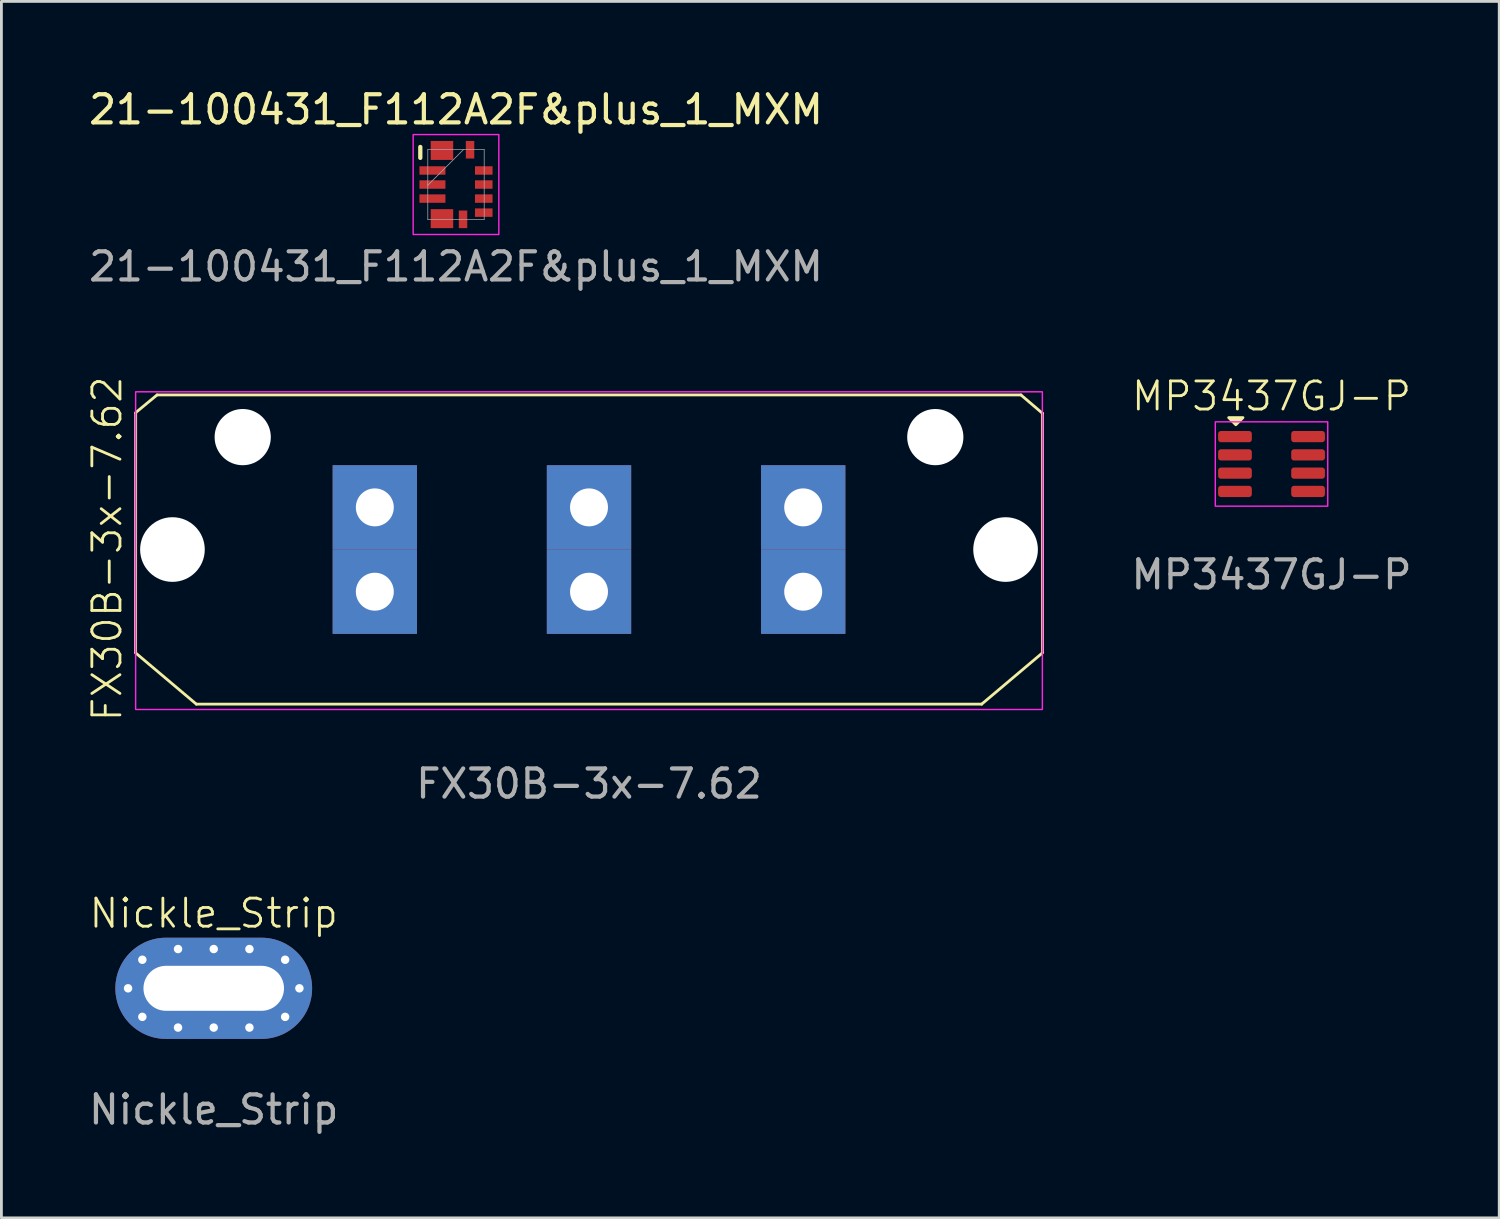
<source format=kicad_pcb>
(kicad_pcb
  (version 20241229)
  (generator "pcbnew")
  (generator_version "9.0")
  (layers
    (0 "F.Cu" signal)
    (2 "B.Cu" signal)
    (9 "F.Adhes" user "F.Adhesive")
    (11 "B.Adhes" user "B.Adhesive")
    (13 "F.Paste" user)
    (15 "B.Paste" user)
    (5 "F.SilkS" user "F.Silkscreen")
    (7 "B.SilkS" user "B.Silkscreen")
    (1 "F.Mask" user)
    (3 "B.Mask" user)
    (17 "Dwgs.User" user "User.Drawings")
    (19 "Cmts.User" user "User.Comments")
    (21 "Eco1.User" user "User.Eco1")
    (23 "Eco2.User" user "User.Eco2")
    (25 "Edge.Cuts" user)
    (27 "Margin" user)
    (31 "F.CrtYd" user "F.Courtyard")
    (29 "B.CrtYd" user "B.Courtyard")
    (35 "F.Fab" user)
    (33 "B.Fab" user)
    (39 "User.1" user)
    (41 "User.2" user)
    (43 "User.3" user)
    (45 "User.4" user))
  (footprint "MP3437GJ-P"
    (layer "F.Cu")
    (at 42.187 13.458)
    (property "Reference" "MP3437GJ-P" (at 0 -2.413 0) (unlocked yes) (layer "F.SilkS") (effects (font (size 1 1) (thickness 0.1))))
    (attr smd)
    (fp_poly (pts (xy -1.27 -1.397) (xy -1.524 -1.651) (xy -1.016 -1.651)) (stroke (width 0.1) (type solid)) (fill yes) (layer "F.SilkS"))
    (fp_rect (start -2 -1.5) (end 2 1.5) (stroke (width 0.05) (type solid)) (fill no) (layer "F.CrtYd"))
    (fp_text user "${REFERENCE}" (at 0 3.937 0) (unlocked yes) (layer "F.Fab") (effects (font (size 1 1) (thickness 0.15))))
    (pad "1" smd roundrect (at -1.3 -0.975) (size 1.2 0.4) (layers "F.Cu" "F.Mask" "F.Paste") (roundrect_rratio 0.25))
    (pad "2" smd roundrect (at -1.3 -0.325) (size 1.2 0.4) (layers "F.Cu" "F.Mask" "F.Paste") (roundrect_rratio 0.25))
    (pad "3" smd roundrect (at -1.3 0.325) (size 1.2 0.4) (layers "F.Cu" "F.Mask" "F.Paste") (roundrect_rratio 0.25))
    (pad "4" smd roundrect (at -1.3 0.975) (size 1.2 0.4) (layers "F.Cu" "F.Mask" "F.Paste") (roundrect_rratio 0.25))
    (pad "5" smd roundrect (at 1.3 0.975) (size 1.2 0.4) (layers "F.Cu" "F.Mask" "F.Paste") (roundrect_rratio 0.25))
    (pad "6" smd roundrect (at 1.3 0.325) (size 1.2 0.4) (layers "F.Cu" "F.Mask" "F.Paste") (roundrect_rratio 0.25))
    (pad "7" smd roundrect (at 1.3 -0.325) (size 1.2 0.4) (layers "F.Cu" "F.Mask" "F.Paste") (roundrect_rratio 0.25))
    (pad "8" smd roundrect (at 1.3 -0.975) (size 1.2 0.4) (layers "F.Cu" "F.Mask" "F.Paste") (roundrect_rratio 0.25)))
  (footprint "21-100431_F112A2F&plus_1_MXM"
    (layer "F.Cu")
    (at 13.173 3.515)
    (property "Reference" "21-100431_F112A2F&plus_1_MXM" (at 0 -2.667 0) (unlocked yes) (layer "F.SilkS") (effects (font (size 1 1) (thickness 0.15))))
    (attr smd)
    (fp_line (start -1.27 -1.337) (end -1.27 -0.949) (stroke (width 0.152) (type solid)) (layer "F.SilkS"))
    (fp_rect (start -1.524 -1.778) (end 1.524 1.778) (stroke (width 0.05) (type default)) (fill no) (layer "F.CrtYd"))
    (fp_line (start -1.003 -1.245) (end -1.003 1.245) (stroke (width 0.025) (type solid)) (layer "F.Fab"))
    (fp_line (start -1.003 0.025) (end 0.267 -1.245) (stroke (width 0.025) (type solid)) (layer "F.Fab"))
    (fp_line (start -1.003 1.245) (end 1.003 1.245) (stroke (width 0.025) (type solid)) (layer "F.Fab"))
    (fp_line (start 1.003 -1.245) (end -1.003 -1.245) (stroke (width 0.025) (type solid)) (layer "F.Fab"))
    (fp_line (start 1.003 1.245) (end 1.003 -1.245) (stroke (width 0.025) (type solid)) (layer "F.Fab"))
    (fp_text user "${REFERENCE}" (at 0 2.921 0) (unlocked yes) (layer "F.Fab") (effects (font (size 1 1) (thickness 0.15))))
    (pad "1" smd rect (at -0.838 -0.5) (size 0.925 0.3) (layers "F.Cu" "F.Mask" "F.Paste"))
    (pad "2" smd rect (at -0.838 0) (size 0.925 0.3) (layers "F.Cu" "F.Mask" "F.Paste"))
    (pad "3" smd rect (at -0.838 0.5) (size 0.925 0.3) (layers "F.Cu" "F.Mask" "F.Paste"))
    (pad "4" smd rect (at -0.5 1.213 90) (size 0.675 0.8) (layers "F.Cu" "F.Mask" "F.Paste"))
    (pad "5" smd rect (at 0.25 1.238 90) (size 0.625 0.3) (layers "F.Cu" "F.Mask" "F.Paste"))
    (pad "6" smd rect (at 0.988 1) (size 0.625 0.3) (layers "F.Cu" "F.Mask" "F.Paste"))
    (pad "7" smd rect (at 0.988 0.5) (size 0.625 0.3) (layers "F.Cu" "F.Mask" "F.Paste"))
    (pad "8" smd rect (at 0.988 0) (size 0.625 0.3) (layers "F.Cu" "F.Mask" "F.Paste"))
    (pad "9" smd rect (at 0.988 -0.5) (size 0.625 0.3) (layers "F.Cu" "F.Mask" "F.Paste"))
    (pad "10" smd rect (at 0.5 -1.238 90) (size 0.625 0.3) (layers "F.Cu" "F.Mask" "F.Paste"))
    (pad "11" smd rect (at -0.5 -1.213 90) (size 0.675 0.8) (layers "F.Cu" "F.Mask" "F.Paste")))
  (footprint "FX30B-3x-7.62"
    (layer "F.Cu")
    (at 17.905 16.477)
    (property "Reference" "FX30B-3x-7.62" (at -17.145 0 90) (unlocked yes) (layer "F.SilkS") (effects (font (size 1 1) (thickness 0.1))))
    (attr smd)
    (fp_line (start -16.128 -4.826) (end -16.13 3.683) (stroke (width 0.1) (type default)) (layer "F.SilkS"))
    (fp_line (start -15.367 -5.476) (end -16.128 -4.848) (stroke (width 0.1) (type default)) (layer "F.SilkS"))
    (fp_line (start -13.97 5.524) (end -16.13 3.702) (stroke (width 0.1) (type default)) (layer "F.SilkS"))
    (fp_line (start -13.97 5.524) (end 13.97 5.524) (stroke (width 0.1) (type default)) (layer "F.SilkS"))
    (fp_line (start 13.97 5.524) (end 16.13 3.702) (stroke (width 0.1) (type default)) (layer "F.SilkS"))
    (fp_line (start 15.367 -5.476) (end -15.367 -5.476) (stroke (width 0.1) (type default)) (layer "F.SilkS"))
    (fp_line (start 15.367 -5.476) (end 16.129 -4.826) (stroke (width 0.1) (type default)) (layer "F.SilkS"))
    (fp_line (start 16.129 -4.826) (end 16.13 3.683) (stroke (width 0.1) (type default)) (layer "F.SilkS"))
    (fp_rect (start -16.129 -5.588) (end 16.129 5.715) (stroke (width 0.05) (type default)) (fill no) (layer "F.CrtYd"))
    (fp_text user "${REFERENCE}" (at 0 8.358 0) (unlocked yes) (layer "F.Fab") (effects (font (size 1 1) (thickness 0.15))))
    (pad "" np_thru_hole circle (at -14.82 0.024) (size 2.3 2.3) (drill 2.3) (layers "*.Cu" "*.Mask"))
    (pad "" np_thru_hole circle (at -12.32 -3.976) (size 2 2) (drill 2) (layers "*.Cu" "*.Mask"))
    (pad "" np_thru_hole circle (at 12.32 -3.976) (size 2 2) (drill 2) (layers "*.Cu" "*.Mask"))
    (pad "" np_thru_hole circle (at 14.82 0.024) (size 2.3 2.3) (drill 2.3) (layers "*.Cu" "*.Mask"))
    (pad "1" thru_hole rect (at 7.62 -1.476) (size 3 3) (drill 1.35) (layers "*.Cu" "*.Mask"))
    (pad "1" thru_hole rect (at 7.62 1.524) (size 3 3) (drill 1.35) (layers "*.Cu" "*.Mask"))
    (pad "2" thru_hole rect (at 0 -1.476) (size 3 3) (drill 1.35) (layers "*.Cu" "*.Mask"))
    (pad "2" thru_hole rect (at 0 1.524) (size 3 3) (drill 1.35) (layers "*.Cu" "*.Mask"))
    (pad "3" thru_hole rect (at -7.62 -1.476) (size 3 3) (drill 1.35) (layers "*.Cu" "*.Mask"))
    (pad "3" thru_hole rect (at -7.62 1.524) (size 3 3) (drill 1.35) (layers "*.Cu" "*.Mask")))
  (footprint "Nickle_Strip"
    (layer "F.Cu")
    (at 4.554 32.111)
    (property "Reference" "Nickle_Strip" (at 0 -2.667 0) (unlocked yes) (layer "F.SilkS") (effects (font (size 1 1) (thickness 0.1))))
    (attr smd)
    (fp_text user "${REFERENCE}" (at 0 4.318 0) (unlocked yes) (layer "F.Fab") (effects (font (size 1 1) (thickness 0.15))))
    (pad "1" thru_hole circle (at -3.048 0) (size 0.5 0.5) (drill 0.3) (layers "*.Cu" "*.Mask"))
    (pad "1" thru_hole circle (at -2.54 -1.016) (size 0.5 0.5) (drill 0.3) (layers "*.Cu" "*.Mask"))
    (pad "1" thru_hole circle (at -2.54 1.016) (size 0.5 0.5) (drill 0.3) (layers "*.Cu" "*.Mask"))
    (pad "1" thru_hole circle (at -1.27 -1.397) (size 0.5 0.5) (drill 0.3) (layers "*.Cu" "*.Mask"))
    (pad "1" thru_hole circle (at -1.27 1.397) (size 0.5 0.5) (drill 0.3) (layers "*.Cu" "*.Mask"))
    (pad "1" thru_hole circle (at 0 -1.397) (size 0.5 0.5) (drill 0.3) (layers "*.Cu" "*.Mask"))
    (pad "1" thru_hole oval (at 0 0) (size 7 3.6) (drill oval 5 1.6) (layers "*.Cu" "*.Mask"))
    (pad "1" thru_hole circle (at 0 1.397) (size 0.5 0.5) (drill 0.3) (layers "*.Cu" "*.Mask"))
    (pad "1" thru_hole circle (at 1.27 -1.397) (size 0.5 0.5) (drill 0.3) (layers "*.Cu" "*.Mask"))
    (pad "1" thru_hole circle (at 1.27 1.397) (size 0.5 0.5) (drill 0.3) (layers "*.Cu" "*.Mask"))
    (pad "1" thru_hole circle (at 2.54 -1.016) (size 0.5 0.5) (drill 0.3) (layers "*.Cu" "*.Mask"))
    (pad "1" thru_hole circle (at 2.54 1.016) (size 0.5 0.5) (drill 0.3) (layers "*.Cu" "*.Mask"))
    (pad "1" thru_hole circle (at 3.048 0) (size 0.5 0.5) (drill 0.3) (layers "*.Cu" "*.Mask")))
  (gr_rect
    (start -3 -3)
    (end 50.288 40.277)
    (stroke (width 0.1) (type default))
    (fill no)
    (layer "Edge.Cuts")))
</source>
